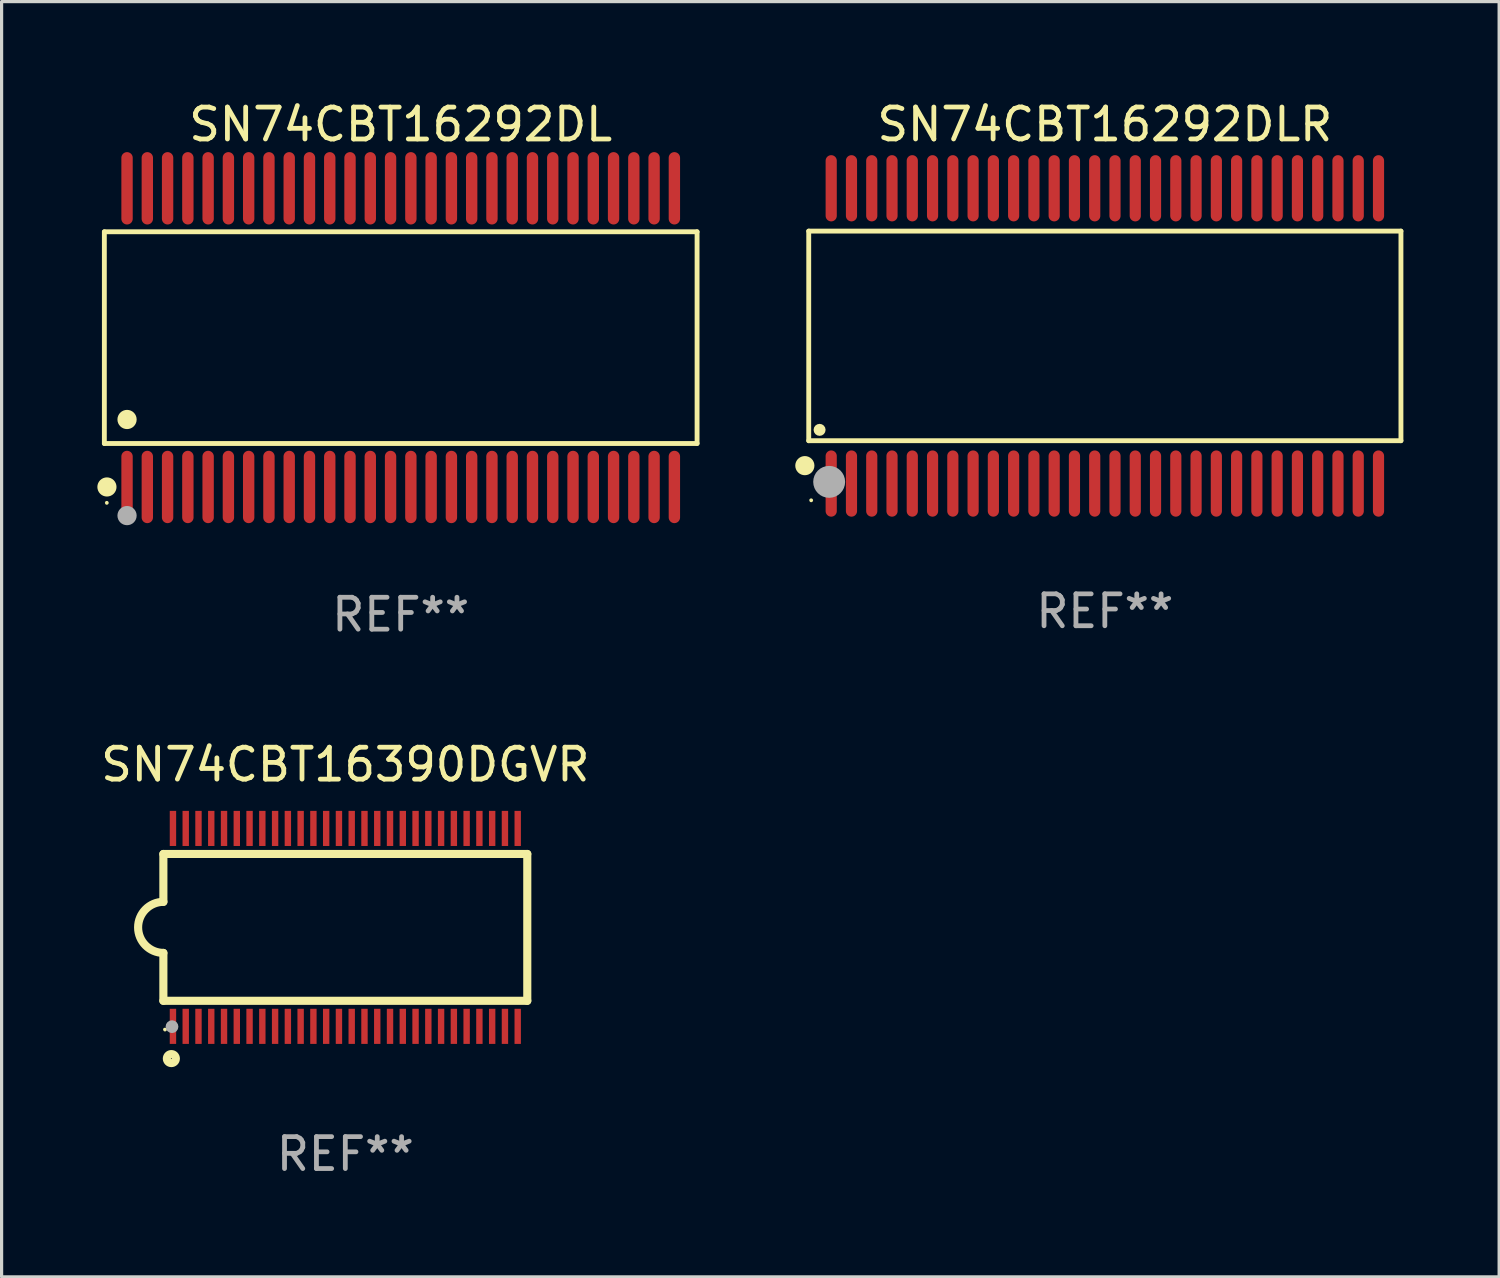
<source format=kicad_pcb>
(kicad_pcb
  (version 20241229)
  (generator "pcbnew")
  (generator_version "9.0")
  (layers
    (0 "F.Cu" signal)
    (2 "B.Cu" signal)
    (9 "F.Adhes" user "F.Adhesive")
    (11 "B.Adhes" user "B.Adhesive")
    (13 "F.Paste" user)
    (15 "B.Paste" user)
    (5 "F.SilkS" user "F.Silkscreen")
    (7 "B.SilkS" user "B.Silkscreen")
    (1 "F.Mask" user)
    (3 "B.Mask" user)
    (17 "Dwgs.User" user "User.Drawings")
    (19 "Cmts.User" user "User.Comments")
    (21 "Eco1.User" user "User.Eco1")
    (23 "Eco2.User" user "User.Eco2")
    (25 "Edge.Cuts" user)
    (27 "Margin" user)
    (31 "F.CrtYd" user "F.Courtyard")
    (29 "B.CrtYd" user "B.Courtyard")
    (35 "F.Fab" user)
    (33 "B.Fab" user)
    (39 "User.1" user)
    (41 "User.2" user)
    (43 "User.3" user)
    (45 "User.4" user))
  (footprint "SN74CBT16292DLR"
    (layer "F.Cu")
    (at 31.561 7.473)
    (property "Reference" "SN74CBT16292DLR" (at 0 -6.625 0) (layer "F.SilkS") (effects (font (size 1 1) (thickness 0.15))))
    (attr through_hole)
    (fp_line (start -9.276 -3.283) (end 9.276 -3.283) (stroke (width 0.152) (type solid)) (layer "F.SilkS"))
    (fp_line (start -9.276 3.283) (end -9.276 -3.283) (stroke (width 0.152) (type solid)) (layer "F.SilkS"))
    (fp_line (start 9.276 -3.283) (end 9.276 3.283) (stroke (width 0.152) (type solid)) (layer "F.SilkS"))
    (fp_line (start 9.276 3.283) (end -9.276 3.283) (stroke (width 0.152) (type solid)) (layer "F.SilkS"))
    (fp_circle (center -9.398 4.064) (end -9.248 4.064) (stroke (width 0.3) (type solid)) (fill no) (layer "F.SilkS"))
    (fp_circle (center -9.2 5.15) (end -9.17 5.15) (stroke (width 0.06) (type solid)) (fill no) (layer "F.SilkS"))
    (fp_circle (center -8.936 2.943) (end -8.842 2.943) (stroke (width 0.188) (type solid)) (fill no) (layer "F.SilkS"))
    (fp_circle (center -8.636 4.572) (end -8.386 4.572) (stroke (width 0.5) (type solid)) (fill no) (layer "F.Fab"))
    (fp_text user "REF**" (at 0 8.625 0) (layer "F.Fab") (effects (font (size 1 1) (thickness 0.15))))
    (pad "1" smd oval (at -8.572 4.625 90) (size 2.075 0.35) (layers "F.Cu" "F.Mask" "F.Paste"))
    (pad "2" smd oval (at -7.937 4.625 90) (size 2.075 0.35) (layers "F.Cu" "F.Mask" "F.Paste"))
    (pad "3" smd oval (at -7.302 4.625 90) (size 2.075 0.35) (layers "F.Cu" "F.Mask" "F.Paste"))
    (pad "4" smd oval (at -6.667 4.625 90) (size 2.075 0.35) (layers "F.Cu" "F.Mask" "F.Paste"))
    (pad "5" smd oval (at -6.032 4.625 90) (size 2.075 0.35) (layers "F.Cu" "F.Mask" "F.Paste"))
    (pad "6" smd oval (at -5.397 4.625 90) (size 2.075 0.35) (layers "F.Cu" "F.Mask" "F.Paste"))
    (pad "7" smd oval (at -4.762 4.625 90) (size 2.075 0.35) (layers "F.Cu" "F.Mask" "F.Paste"))
    (pad "8" smd oval (at -4.127 4.625 90) (size 2.075 0.35) (layers "F.Cu" "F.Mask" "F.Paste"))
    (pad "9" smd oval (at -3.492 4.625 90) (size 2.075 0.35) (layers "F.Cu" "F.Mask" "F.Paste"))
    (pad "10" smd oval (at -2.857 4.625 90) (size 2.075 0.35) (layers "F.Cu" "F.Mask" "F.Paste"))
    (pad "11" smd oval (at -2.222 4.625 90) (size 2.075 0.35) (layers "F.Cu" "F.Mask" "F.Paste"))
    (pad "12" smd oval (at -1.587 4.625 90) (size 2.075 0.35) (layers "F.Cu" "F.Mask" "F.Paste"))
    (pad "13" smd oval (at -0.952 4.625 90) (size 2.075 0.35) (layers "F.Cu" "F.Mask" "F.Paste"))
    (pad "14" smd oval (at -0.317 4.625 90) (size 2.075 0.35) (layers "F.Cu" "F.Mask" "F.Paste"))
    (pad "15" smd oval (at 0.318 4.625 90) (size 2.075 0.35) (layers "F.Cu" "F.Mask" "F.Paste"))
    (pad "16" smd oval (at 0.953 4.625 90) (size 2.075 0.35) (layers "F.Cu" "F.Mask" "F.Paste"))
    (pad "17" smd oval (at 1.588 4.625 90) (size 2.075 0.35) (layers "F.Cu" "F.Mask" "F.Paste"))
    (pad "18" smd oval (at 2.223 4.625 90) (size 2.075 0.35) (layers "F.Cu" "F.Mask" "F.Paste"))
    (pad "19" smd oval (at 2.858 4.625 90) (size 2.075 0.35) (layers "F.Cu" "F.Mask" "F.Paste"))
    (pad "20" smd oval (at 3.493 4.625 90) (size 2.075 0.35) (layers "F.Cu" "F.Mask" "F.Paste"))
    (pad "21" smd oval (at 4.128 4.625 90) (size 2.075 0.35) (layers "F.Cu" "F.Mask" "F.Paste"))
    (pad "22" smd oval (at 4.763 4.625 90) (size 2.075 0.35) (layers "F.Cu" "F.Mask" "F.Paste"))
    (pad "23" smd oval (at 5.398 4.625 90) (size 2.075 0.35) (layers "F.Cu" "F.Mask" "F.Paste"))
    (pad "24" smd oval (at 6.033 4.625 90) (size 2.075 0.35) (layers "F.Cu" "F.Mask" "F.Paste"))
    (pad "25" smd oval (at 6.668 4.625 90) (size 2.075 0.35) (layers "F.Cu" "F.Mask" "F.Paste"))
    (pad "26" smd oval (at 7.303 4.625 90) (size 2.075 0.35) (layers "F.Cu" "F.Mask" "F.Paste"))
    (pad "27" smd oval (at 7.938 4.625 90) (size 2.075 0.35) (layers "F.Cu" "F.Mask" "F.Paste"))
    (pad "28" smd oval (at 8.573 4.625 90) (size 2.075 0.35) (layers "F.Cu" "F.Mask" "F.Paste"))
    (pad "29" smd oval (at 8.573 -4.625 90) (size 2.075 0.35) (layers "F.Cu" "F.Mask" "F.Paste"))
    (pad "30" smd oval (at 7.938 -4.625 90) (size 2.075 0.35) (layers "F.Cu" "F.Mask" "F.Paste"))
    (pad "31" smd oval (at 7.303 -4.625 90) (size 2.075 0.35) (layers "F.Cu" "F.Mask" "F.Paste"))
    (pad "32" smd oval (at 6.668 -4.625 90) (size 2.075 0.35) (layers "F.Cu" "F.Mask" "F.Paste"))
    (pad "33" smd oval (at 6.033 -4.625 90) (size 2.075 0.35) (layers "F.Cu" "F.Mask" "F.Paste"))
    (pad "34" smd oval (at 5.398 -4.625 90) (size 2.075 0.35) (layers "F.Cu" "F.Mask" "F.Paste"))
    (pad "35" smd oval (at 4.763 -4.625 90) (size 2.075 0.35) (layers "F.Cu" "F.Mask" "F.Paste"))
    (pad "36" smd oval (at 4.128 -4.625 90) (size 2.075 0.35) (layers "F.Cu" "F.Mask" "F.Paste"))
    (pad "37" smd oval (at 3.493 -4.625 90) (size 2.075 0.35) (layers "F.Cu" "F.Mask" "F.Paste"))
    (pad "38" smd oval (at 2.858 -4.625 90) (size 2.075 0.35) (layers "F.Cu" "F.Mask" "F.Paste"))
    (pad "39" smd oval (at 2.223 -4.625 90) (size 2.075 0.35) (layers "F.Cu" "F.Mask" "F.Paste"))
    (pad "40" smd oval (at 1.588 -4.625 90) (size 2.075 0.35) (layers "F.Cu" "F.Mask" "F.Paste"))
    (pad "41" smd oval (at 0.953 -4.625 90) (size 2.075 0.35) (layers "F.Cu" "F.Mask" "F.Paste"))
    (pad "42" smd oval (at 0.318 -4.625 90) (size 2.075 0.35) (layers "F.Cu" "F.Mask" "F.Paste"))
    (pad "43" smd oval (at -0.317 -4.625 90) (size 2.075 0.35) (layers "F.Cu" "F.Mask" "F.Paste"))
    (pad "44" smd oval (at -0.952 -4.625 90) (size 2.075 0.35) (layers "F.Cu" "F.Mask" "F.Paste"))
    (pad "45" smd oval (at -1.587 -4.625 90) (size 2.075 0.35) (layers "F.Cu" "F.Mask" "F.Paste"))
    (pad "46" smd oval (at -2.222 -4.625 90) (size 2.075 0.35) (layers "F.Cu" "F.Mask" "F.Paste"))
    (pad "47" smd oval (at -2.857 -4.625 90) (size 2.075 0.35) (layers "F.Cu" "F.Mask" "F.Paste"))
    (pad "48" smd oval (at -3.492 -4.625 90) (size 2.075 0.35) (layers "F.Cu" "F.Mask" "F.Paste"))
    (pad "49" smd oval (at -4.127 -4.625 90) (size 2.075 0.35) (layers "F.Cu" "F.Mask" "F.Paste"))
    (pad "50" smd oval (at -4.762 -4.625 90) (size 2.075 0.35) (layers "F.Cu" "F.Mask" "F.Paste"))
    (pad "51" smd oval (at -5.397 -4.625 90) (size 2.075 0.35) (layers "F.Cu" "F.Mask" "F.Paste"))
    (pad "52" smd oval (at -6.032 -4.625 90) (size 2.075 0.35) (layers "F.Cu" "F.Mask" "F.Paste"))
    (pad "53" smd oval (at -6.667 -4.625 90) (size 2.075 0.35) (layers "F.Cu" "F.Mask" "F.Paste"))
    (pad "54" smd oval (at -7.302 -4.625 90) (size 2.075 0.35) (layers "F.Cu" "F.Mask" "F.Paste"))
    (pad "55" smd oval (at -7.937 -4.625 90) (size 2.075 0.35) (layers "F.Cu" "F.Mask" "F.Paste"))
    (pad "56" smd oval (at -8.572 -4.625 90) (size 2.075 0.35) (layers "F.Cu" "F.Mask" "F.Paste")))
  (footprint "SN74CBT16390DGVR"
    (layer "F.Cu")
    (at 7.768 26.002)
    (property "Reference" "SN74CBT16390DGVR" (at 0 -5.1 0) (layer "F.SilkS") (effects (font (size 1 1) (thickness 0.15))))
    (attr through_hole)
    (fp_line (start -5.7 -2.3) (end -5.7 -0.8) (stroke (width 0.254) (type solid)) (layer "F.SilkS"))
    (fp_line (start -5.7 -2.3) (end 5.7 -2.3) (stroke (width 0.254) (type solid)) (layer "F.SilkS"))
    (fp_line (start -5.7 2.3) (end -5.7 0.8) (stroke (width 0.254) (type solid)) (layer "F.SilkS"))
    (fp_line (start -5.7 2.3) (end 5.7 2.3) (stroke (width 0.254) (type solid)) (layer "F.SilkS"))
    (fp_line (start 5.7 -2.3) (end 5.7 2.3) (stroke (width 0.254) (type solid)) (layer "F.SilkS"))
    (fp_arc (start -5.700013 0.800025) (mid -6.500343 -0.000382) (end -5.699962 -0.800737) (stroke (width 0.254001) (type solid)) (layer "F.SilkS"))
    (fp_circle (center -5.65 3.2) (end -5.62 3.2) (stroke (width 0.06) (type solid)) (fill no) (layer "F.SilkS"))
    (fp_circle (center -5.45 4.11) (end -5.309 4.11) (stroke (width 0.254) (type solid)) (fill no) (layer "F.SilkS"))
    (fp_circle (center -5.43 3.11) (end -5.33 3.11) (stroke (width 0.2) (type solid)) (fill no) (layer "F.Fab"))
    (fp_text user "REF**" (at 0 7.1 0) (layer "F.Fab") (effects (font (size 1 1) (thickness 0.15))))
    (pad "1" smd rect (at -5.4 3.1) (size 0.2 1.1) (layers "F.Cu" "F.Mask" "F.Paste"))
    (pad "2" smd rect (at -5 3.1) (size 0.2 1.1) (layers "F.Cu" "F.Mask" "F.Paste"))
    (pad "3" smd rect (at -4.6 3.1) (size 0.2 1.1) (layers "F.Cu" "F.Mask" "F.Paste"))
    (pad "4" smd rect (at -4.2 3.1) (size 0.2 1.1) (layers "F.Cu" "F.Mask" "F.Paste"))
    (pad "5" smd rect (at -3.8 3.1) (size 0.2 1.1) (layers "F.Cu" "F.Mask" "F.Paste"))
    (pad "6" smd rect (at -3.4 3.1) (size 0.2 1.1) (layers "F.Cu" "F.Mask" "F.Paste"))
    (pad "7" smd rect (at -3 3.1) (size 0.2 1.1) (layers "F.Cu" "F.Mask" "F.Paste"))
    (pad "8" smd rect (at -2.6 3.1) (size 0.2 1.1) (layers "F.Cu" "F.Mask" "F.Paste"))
    (pad "9" smd rect (at -2.2 3.1) (size 0.2 1.1) (layers "F.Cu" "F.Mask" "F.Paste"))
    (pad "10" smd rect (at -1.8 3.1) (size 0.2 1.1) (layers "F.Cu" "F.Mask" "F.Paste"))
    (pad "11" smd rect (at -1.4 3.1) (size 0.2 1.1) (layers "F.Cu" "F.Mask" "F.Paste"))
    (pad "12" smd rect (at -1 3.1) (size 0.2 1.1) (layers "F.Cu" "F.Mask" "F.Paste"))
    (pad "13" smd rect (at -0.6 3.1) (size 0.2 1.1) (layers "F.Cu" "F.Mask" "F.Paste"))
    (pad "14" smd rect (at -0.2 3.1) (size 0.2 1.1) (layers "F.Cu" "F.Mask" "F.Paste"))
    (pad "15" smd rect (at 0.2 3.1) (size 0.2 1.1) (layers "F.Cu" "F.Mask" "F.Paste"))
    (pad "16" smd rect (at 0.6 3.1) (size 0.2 1.1) (layers "F.Cu" "F.Mask" "F.Paste"))
    (pad "17" smd rect (at 1 3.1) (size 0.2 1.1) (layers "F.Cu" "F.Mask" "F.Paste"))
    (pad "18" smd rect (at 1.4 3.1) (size 0.2 1.1) (layers "F.Cu" "F.Mask" "F.Paste"))
    (pad "19" smd rect (at 1.8 3.1) (size 0.2 1.1) (layers "F.Cu" "F.Mask" "F.Paste"))
    (pad "20" smd rect (at 2.2 3.1) (size 0.2 1.1) (layers "F.Cu" "F.Mask" "F.Paste"))
    (pad "21" smd rect (at 2.6 3.1) (size 0.2 1.1) (layers "F.Cu" "F.Mask" "F.Paste"))
    (pad "22" smd rect (at 3 3.1) (size 0.2 1.1) (layers "F.Cu" "F.Mask" "F.Paste"))
    (pad "23" smd rect (at 3.4 3.1) (size 0.2 1.1) (layers "F.Cu" "F.Mask" "F.Paste"))
    (pad "24" smd rect (at 3.8 3.1) (size 0.2 1.1) (layers "F.Cu" "F.Mask" "F.Paste"))
    (pad "25" smd rect (at 4.2 3.1) (size 0.2 1.1) (layers "F.Cu" "F.Mask" "F.Paste"))
    (pad "26" smd rect (at 4.6 3.1) (size 0.2 1.1) (layers "F.Cu" "F.Mask" "F.Paste"))
    (pad "27" smd rect (at 5 3.1) (size 0.2 1.1) (layers "F.Cu" "F.Mask" "F.Paste"))
    (pad "28" smd rect (at 5.4 3.1) (size 0.2 1.1) (layers "F.Cu" "F.Mask" "F.Paste"))
    (pad "29" smd rect (at 5.4 -3.1) (size 0.2 1.1) (layers "F.Cu" "F.Mask" "F.Paste"))
    (pad "30" smd rect (at 5 -3.1) (size 0.2 1.1) (layers "F.Cu" "F.Mask" "F.Paste"))
    (pad "31" smd rect (at 4.6 -3.1) (size 0.2 1.1) (layers "F.Cu" "F.Mask" "F.Paste"))
    (pad "32" smd rect (at 4.2 -3.1) (size 0.2 1.1) (layers "F.Cu" "F.Mask" "F.Paste"))
    (pad "33" smd rect (at 3.8 -3.1) (size 0.2 1.1) (layers "F.Cu" "F.Mask" "F.Paste"))
    (pad "34" smd rect (at 3.4 -3.1) (size 0.2 1.1) (layers "F.Cu" "F.Mask" "F.Paste"))
    (pad "35" smd rect (at 3 -3.1) (size 0.2 1.1) (layers "F.Cu" "F.Mask" "F.Paste"))
    (pad "36" smd rect (at 2.6 -3.1) (size 0.2 1.1) (layers "F.Cu" "F.Mask" "F.Paste"))
    (pad "37" smd rect (at 2.2 -3.1) (size 0.2 1.1) (layers "F.Cu" "F.Mask" "F.Paste"))
    (pad "38" smd rect (at 1.8 -3.1) (size 0.2 1.1) (layers "F.Cu" "F.Mask" "F.Paste"))
    (pad "39" smd rect (at 1.4 -3.1) (size 0.2 1.1) (layers "F.Cu" "F.Mask" "F.Paste"))
    (pad "40" smd rect (at 1 -3.1) (size 0.2 1.1) (layers "F.Cu" "F.Mask" "F.Paste"))
    (pad "41" smd rect (at 0.6 -3.1) (size 0.2 1.1) (layers "F.Cu" "F.Mask" "F.Paste"))
    (pad "42" smd rect (at 0.2 -3.1) (size 0.2 1.1) (layers "F.Cu" "F.Mask" "F.Paste"))
    (pad "43" smd rect (at -0.2 -3.1) (size 0.2 1.1) (layers "F.Cu" "F.Mask" "F.Paste"))
    (pad "44" smd rect (at -0.6 -3.1) (size 0.2 1.1) (layers "F.Cu" "F.Mask" "F.Paste"))
    (pad "45" smd rect (at -1 -3.1) (size 0.2 1.1) (layers "F.Cu" "F.Mask" "F.Paste"))
    (pad "46" smd rect (at -1.4 -3.1) (size 0.2 1.1) (layers "F.Cu" "F.Mask" "F.Paste"))
    (pad "47" smd rect (at -1.8 -3.1) (size 0.2 1.1) (layers "F.Cu" "F.Mask" "F.Paste"))
    (pad "48" smd rect (at -2.2 -3.1) (size 0.2 1.1) (layers "F.Cu" "F.Mask" "F.Paste"))
    (pad "49" smd rect (at -2.6 -3.1) (size 0.2 1.1) (layers "F.Cu" "F.Mask" "F.Paste"))
    (pad "50" smd rect (at -3 -3.1) (size 0.2 1.1) (layers "F.Cu" "F.Mask" "F.Paste"))
    (pad "51" smd rect (at -3.4 -3.1) (size 0.2 1.1) (layers "F.Cu" "F.Mask" "F.Paste"))
    (pad "52" smd rect (at -3.8 -3.1) (size 0.2 1.1) (layers "F.Cu" "F.Mask" "F.Paste"))
    (pad "53" smd rect (at -4.2 -3.1) (size 0.2 1.1) (layers "F.Cu" "F.Mask" "F.Paste"))
    (pad "54" smd rect (at -4.6 -3.1) (size 0.2 1.1) (layers "F.Cu" "F.Mask" "F.Paste"))
    (pad "55" smd rect (at -5 -3.1) (size 0.2 1.1) (layers "F.Cu" "F.Mask" "F.Paste"))
    (pad "56" smd rect (at -5.4 -3.1) (size 0.2 1.1) (layers "F.Cu" "F.Mask" "F.Paste")))
  (footprint "SN74CBT16292DL"
    (layer "F.Cu")
    (at 9.503 7.527)
    (property "Reference" "SN74CBT16292DL" (at 0 -6.678 0) (layer "F.SilkS") (effects (font (size 1 1) (thickness 0.15))))
    (attr through_hole)
    (fp_line (start -9.284 -3.316) (end 9.284 -3.316) (stroke (width 0.152) (type solid)) (layer "F.SilkS"))
    (fp_line (start -9.284 3.316) (end -9.284 -3.316) (stroke (width 0.152) (type solid)) (layer "F.SilkS"))
    (fp_line (start 9.284 -3.316) (end 9.284 3.316) (stroke (width 0.152) (type solid)) (layer "F.SilkS"))
    (fp_line (start 9.284 3.316) (end -9.284 3.316) (stroke (width 0.152) (type solid)) (layer "F.SilkS"))
    (fp_circle (center -9.208 5.175) (end -9.178 5.175) (stroke (width 0.06) (type solid)) (fill no) (layer "F.SilkS"))
    (fp_circle (center -9.203 4.678) (end -9.053 4.678) (stroke (width 0.3) (type solid)) (fill no) (layer "F.SilkS"))
    (fp_circle (center -8.573 2.564) (end -8.422 2.564) (stroke (width 0.3) (type solid)) (fill no) (layer "F.SilkS"))
    (fp_circle (center -8.573 5.575) (end -8.422 5.575) (stroke (width 0.3) (type solid)) (fill no) (layer "F.Fab"))
    (fp_text user "REF**" (at 0 8.678 0) (layer "F.Fab") (effects (font (size 1 1) (thickness 0.15))))
    (pad "1" smd oval (at -8.573 4.678) (size 0.356 2.267) (layers "F.Cu" "F.Mask" "F.Paste"))
    (pad "2" smd oval (at -7.938 4.678) (size 0.356 2.267) (layers "F.Cu" "F.Mask" "F.Paste"))
    (pad "3" smd oval (at -7.303 4.678) (size 0.356 2.267) (layers "F.Cu" "F.Mask" "F.Paste"))
    (pad "4" smd oval (at -6.668 4.678) (size 0.356 2.267) (layers "F.Cu" "F.Mask" "F.Paste"))
    (pad "5" smd oval (at -6.033 4.678) (size 0.356 2.267) (layers "F.Cu" "F.Mask" "F.Paste"))
    (pad "6" smd oval (at -5.398 4.678) (size 0.356 2.267) (layers "F.Cu" "F.Mask" "F.Paste"))
    (pad "7" smd oval (at -4.763 4.678) (size 0.356 2.267) (layers "F.Cu" "F.Mask" "F.Paste"))
    (pad "8" smd oval (at -4.128 4.678) (size 0.356 2.267) (layers "F.Cu" "F.Mask" "F.Paste"))
    (pad "9" smd oval (at -3.493 4.678) (size 0.356 2.267) (layers "F.Cu" "F.Mask" "F.Paste"))
    (pad "10" smd oval (at -2.858 4.678) (size 0.356 2.267) (layers "F.Cu" "F.Mask" "F.Paste"))
    (pad "11" smd oval (at -2.223 4.678) (size 0.356 2.267) (layers "F.Cu" "F.Mask" "F.Paste"))
    (pad "12" smd oval (at -1.588 4.678) (size 0.356 2.267) (layers "F.Cu" "F.Mask" "F.Paste"))
    (pad "13" smd oval (at -0.953 4.678) (size 0.356 2.267) (layers "F.Cu" "F.Mask" "F.Paste"))
    (pad "14" smd oval (at -0.318 4.678) (size 0.356 2.267) (layers "F.Cu" "F.Mask" "F.Paste"))
    (pad "15" smd oval (at 0.318 4.678) (size 0.356 2.267) (layers "F.Cu" "F.Mask" "F.Paste"))
    (pad "16" smd oval (at 0.953 4.678) (size 0.356 2.267) (layers "F.Cu" "F.Mask" "F.Paste"))
    (pad "17" smd oval (at 1.588 4.678) (size 0.356 2.267) (layers "F.Cu" "F.Mask" "F.Paste"))
    (pad "18" smd oval (at 2.223 4.678) (size 0.356 2.267) (layers "F.Cu" "F.Mask" "F.Paste"))
    (pad "19" smd oval (at 2.858 4.678) (size 0.356 2.267) (layers "F.Cu" "F.Mask" "F.Paste"))
    (pad "20" smd oval (at 3.493 4.678) (size 0.356 2.267) (layers "F.Cu" "F.Mask" "F.Paste"))
    (pad "21" smd oval (at 4.128 4.678) (size 0.356 2.267) (layers "F.Cu" "F.Mask" "F.Paste"))
    (pad "22" smd oval (at 4.763 4.678) (size 0.356 2.267) (layers "F.Cu" "F.Mask" "F.Paste"))
    (pad "23" smd oval (at 5.398 4.678) (size 0.356 2.267) (layers "F.Cu" "F.Mask" "F.Paste"))
    (pad "24" smd oval (at 6.033 4.678) (size 0.356 2.267) (layers "F.Cu" "F.Mask" "F.Paste"))
    (pad "25" smd oval (at 6.668 4.678) (size 0.356 2.267) (layers "F.Cu" "F.Mask" "F.Paste"))
    (pad "26" smd oval (at 7.303 4.678) (size 0.356 2.267) (layers "F.Cu" "F.Mask" "F.Paste"))
    (pad "27" smd oval (at 7.938 4.678) (size 0.356 2.267) (layers "F.Cu" "F.Mask" "F.Paste"))
    (pad "28" smd oval (at 8.573 4.678) (size 0.356 2.267) (layers "F.Cu" "F.Mask" "F.Paste"))
    (pad "29" smd oval (at 8.573 -4.678) (size 0.356 2.267) (layers "F.Cu" "F.Mask" "F.Paste"))
    (pad "30" smd oval (at 7.938 -4.678) (size 0.356 2.267) (layers "F.Cu" "F.Mask" "F.Paste"))
    (pad "31" smd oval (at 7.303 -4.678) (size 0.356 2.267) (layers "F.Cu" "F.Mask" "F.Paste"))
    (pad "32" smd oval (at 6.668 -4.678) (size 0.356 2.267) (layers "F.Cu" "F.Mask" "F.Paste"))
    (pad "33" smd oval (at 6.033 -4.678) (size 0.356 2.267) (layers "F.Cu" "F.Mask" "F.Paste"))
    (pad "34" smd oval (at 5.398 -4.678) (size 0.356 2.267) (layers "F.Cu" "F.Mask" "F.Paste"))
    (pad "35" smd oval (at 4.763 -4.678) (size 0.356 2.267) (layers "F.Cu" "F.Mask" "F.Paste"))
    (pad "36" smd oval (at 4.128 -4.678) (size 0.356 2.267) (layers "F.Cu" "F.Mask" "F.Paste"))
    (pad "37" smd oval (at 3.493 -4.678) (size 0.356 2.267) (layers "F.Cu" "F.Mask" "F.Paste"))
    (pad "38" smd oval (at 2.858 -4.678) (size 0.356 2.267) (layers "F.Cu" "F.Mask" "F.Paste"))
    (pad "39" smd oval (at 2.223 -4.678) (size 0.356 2.267) (layers "F.Cu" "F.Mask" "F.Paste"))
    (pad "40" smd oval (at 1.588 -4.678) (size 0.356 2.267) (layers "F.Cu" "F.Mask" "F.Paste"))
    (pad "41" smd oval (at 0.953 -4.678) (size 0.356 2.267) (layers "F.Cu" "F.Mask" "F.Paste"))
    (pad "42" smd oval (at 0.318 -4.678) (size 0.356 2.267) (layers "F.Cu" "F.Mask" "F.Paste"))
    (pad "43" smd oval (at -0.318 -4.678) (size 0.356 2.267) (layers "F.Cu" "F.Mask" "F.Paste"))
    (pad "44" smd oval (at -0.953 -4.678) (size 0.356 2.267) (layers "F.Cu" "F.Mask" "F.Paste"))
    (pad "45" smd oval (at -1.588 -4.678) (size 0.356 2.267) (layers "F.Cu" "F.Mask" "F.Paste"))
    (pad "46" smd oval (at -2.223 -4.678) (size 0.356 2.267) (layers "F.Cu" "F.Mask" "F.Paste"))
    (pad "47" smd oval (at -2.858 -4.678) (size 0.356 2.267) (layers "F.Cu" "F.Mask" "F.Paste"))
    (pad "48" smd oval (at -3.493 -4.678) (size 0.356 2.267) (layers "F.Cu" "F.Mask" "F.Paste"))
    (pad "49" smd oval (at -4.128 -4.678) (size 0.356 2.267) (layers "F.Cu" "F.Mask" "F.Paste"))
    (pad "50" smd oval (at -4.763 -4.678) (size 0.356 2.267) (layers "F.Cu" "F.Mask" "F.Paste"))
    (pad "51" smd oval (at -5.398 -4.678) (size 0.356 2.267) (layers "F.Cu" "F.Mask" "F.Paste"))
    (pad "52" smd oval (at -6.033 -4.678) (size 0.356 2.267) (layers "F.Cu" "F.Mask" "F.Paste"))
    (pad "53" smd oval (at -6.668 -4.678) (size 0.356 2.267) (layers "F.Cu" "F.Mask" "F.Paste"))
    (pad "54" smd oval (at -7.303 -4.678) (size 0.356 2.267) (layers "F.Cu" "F.Mask" "F.Paste"))
    (pad "55" smd oval (at -7.938 -4.678) (size 0.356 2.267) (layers "F.Cu" "F.Mask" "F.Paste"))
    (pad "56" smd oval (at -8.573 -4.678) (size 0.356 2.267) (layers "F.Cu" "F.Mask" "F.Paste")))
  (gr_rect
    (start -3 -3)
    (end 43.913 36.95)
    (stroke (width 0.1) (type default))
    (fill no)
    (layer "Edge.Cuts")))
</source>
